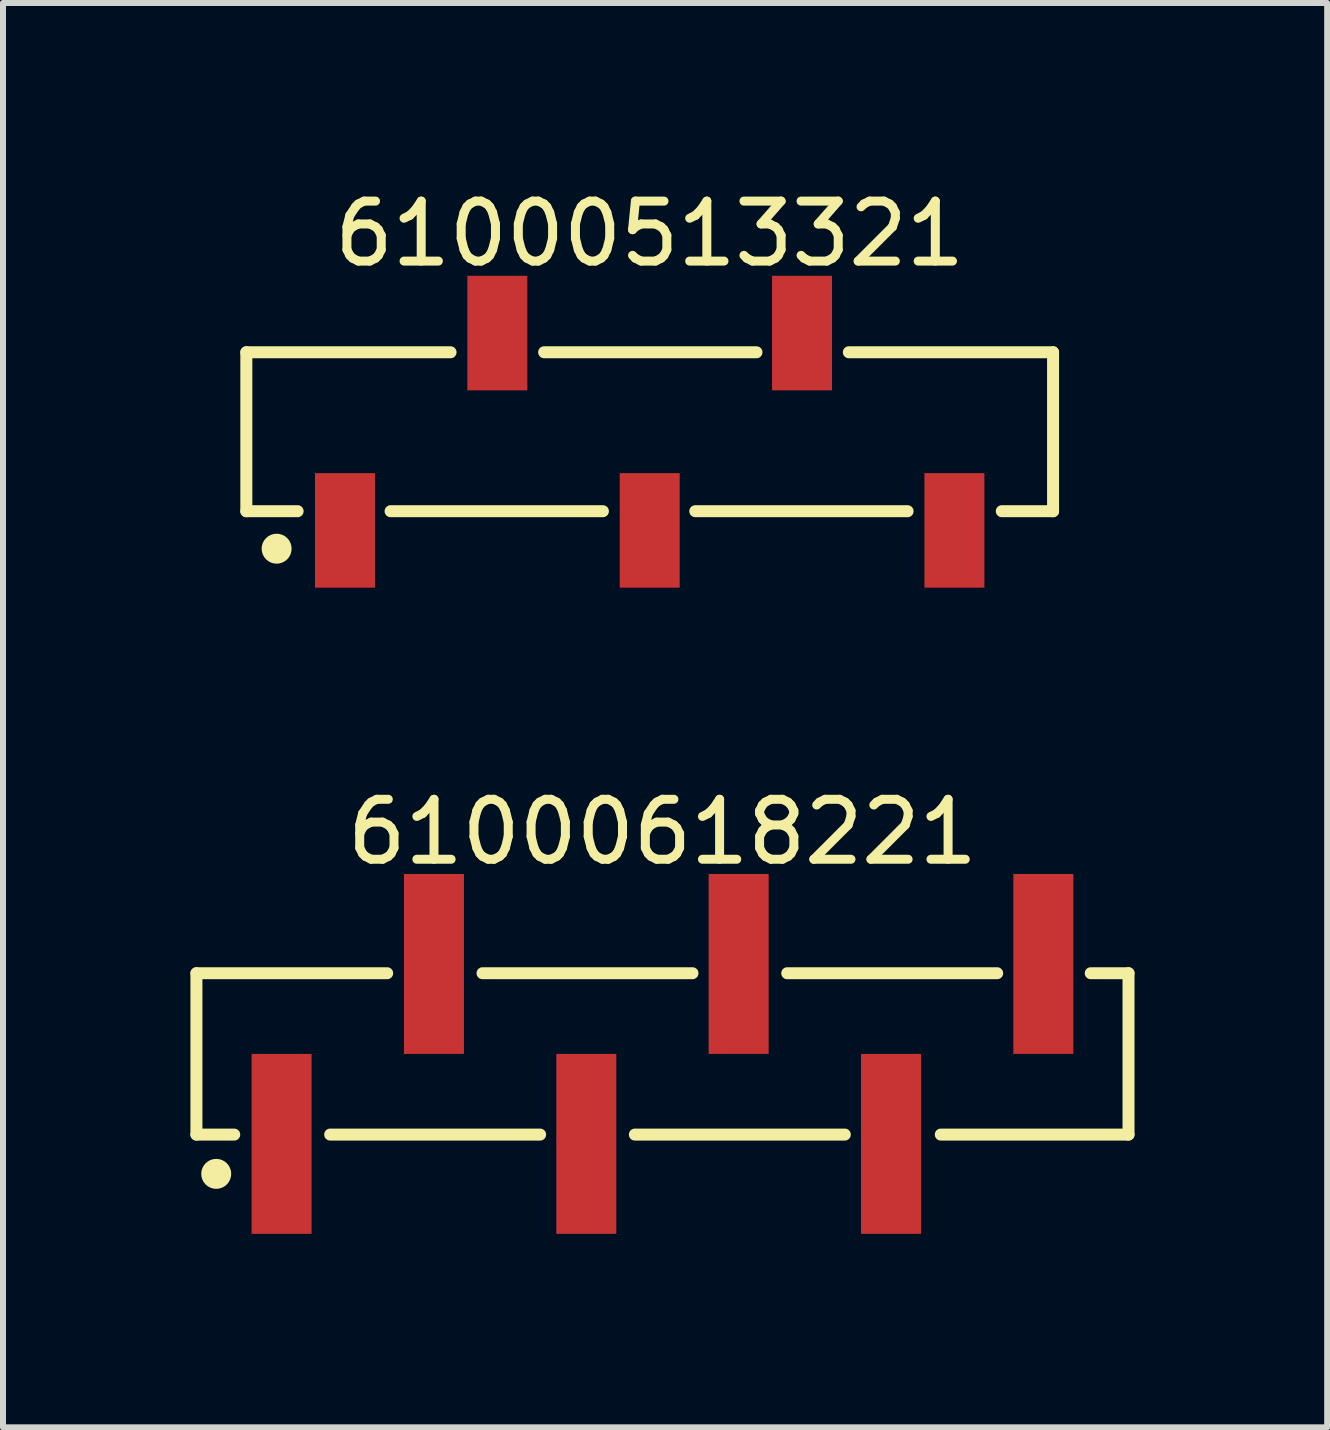
<source format=kicad_pcb>
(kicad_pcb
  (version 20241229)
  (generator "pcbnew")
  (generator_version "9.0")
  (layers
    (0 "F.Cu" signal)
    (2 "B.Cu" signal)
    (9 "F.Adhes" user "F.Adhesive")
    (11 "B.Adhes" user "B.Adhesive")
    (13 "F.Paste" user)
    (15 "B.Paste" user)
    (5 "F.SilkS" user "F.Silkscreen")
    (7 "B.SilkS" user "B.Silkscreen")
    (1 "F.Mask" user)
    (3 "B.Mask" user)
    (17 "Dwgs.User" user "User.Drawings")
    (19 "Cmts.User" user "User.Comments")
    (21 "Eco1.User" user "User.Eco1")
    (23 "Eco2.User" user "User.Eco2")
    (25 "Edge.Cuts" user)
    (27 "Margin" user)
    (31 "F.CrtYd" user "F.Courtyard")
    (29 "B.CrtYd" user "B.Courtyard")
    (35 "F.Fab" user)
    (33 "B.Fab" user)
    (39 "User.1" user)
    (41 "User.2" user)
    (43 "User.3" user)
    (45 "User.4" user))
  (footprint "61000618221"
    (layer "F.Cu")
    (at 7.995 14.521)
    (property "Reference" "61000618221" (at 0 -3.7 0) (layer "F.SilkS") (effects (font (size 1 1) (thickness 0.15))))
    (fp_line (start -7.77 -1.345) (end -4.59 -1.345) (stroke (width 0.2) (type solid)) (layer "F.SilkS"))
    (fp_line (start -7.77 1.345) (end -7.77 -1.345) (stroke (width 0.2) (type solid)) (layer "F.SilkS"))
    (fp_line (start -7.77 1.345) (end -7.14 1.345) (stroke (width 0.2) (type solid)) (layer "F.SilkS"))
    (fp_line (start -5.54 1.345) (end -2.04 1.345) (stroke (width 0.2) (type solid)) (layer "F.SilkS"))
    (fp_line (start -3 -1.345) (end 0.5 -1.345) (stroke (width 0.2) (type solid)) (layer "F.SilkS"))
    (fp_line (start -0.46 1.345) (end 3.04 1.345) (stroke (width 0.2) (type solid)) (layer "F.SilkS"))
    (fp_line (start 2.08 -1.345) (end 5.58 -1.345) (stroke (width 0.2) (type solid)) (layer "F.SilkS"))
    (fp_line (start 4.64 1.345) (end 7.77 1.345) (stroke (width 0.2) (type solid)) (layer "F.SilkS"))
    (fp_line (start 7.14 -1.345) (end 7.77 -1.345) (stroke (width 0.2) (type solid)) (layer "F.SilkS"))
    (fp_line (start 7.77 1.345) (end 7.77 -1.345) (stroke (width 0.2) (type solid)) (layer "F.SilkS"))
    (fp_circle (center -7.44 2) (end -7.44 1.875) (stroke (width 0.25) (type solid)) (fill no) (layer "F.SilkS"))
    (fp_line (start -7.97 -3.2) (end 7.97 -3.2) (stroke (width 0.05) (type solid)) (layer "Eco2.User"))
    (fp_line (start -7.97 3.2) (end -7.97 -3.2) (stroke (width 0.05) (type solid)) (layer "Eco2.User"))
    (fp_line (start -7.97 3.2) (end 7.97 3.2) (stroke (width 0.05) (type solid)) (layer "Eco2.User"))
    (fp_line (start -7.62 -1.27) (end 7.62 -1.27) (stroke (width 0.1) (type solid)) (layer "Eco2.User"))
    (fp_line (start -7.62 1.27) (end -7.62 -1.27) (stroke (width 0.1) (type solid)) (layer "Eco2.User"))
    (fp_line (start -7.62 1.27) (end 7.62 1.27) (stroke (width 0.1) (type solid)) (layer "Eco2.User"))
    (fp_line (start -6.67 2.5) (end -6.67 1.27) (stroke (width 0.1) (type solid)) (layer "Eco2.User"))
    (fp_line (start -6.67 2.5) (end -6.03 2.5) (stroke (width 0.1) (type solid)) (layer "Eco2.User"))
    (fp_line (start -6.03 2.5) (end -6.03 1.27) (stroke (width 0.1) (type solid)) (layer "Eco2.User"))
    (fp_line (start -4.13 -2.5) (end -3.49 -2.5) (stroke (width 0.1) (type solid)) (layer "Eco2.User"))
    (fp_line (start -4.13 -1.27) (end -4.13 -2.5) (stroke (width 0.1) (type solid)) (layer "Eco2.User"))
    (fp_line (start -3.49 -1.27) (end -3.49 -2.5) (stroke (width 0.1) (type solid)) (layer "Eco2.User"))
    (fp_line (start -1.59 2.5) (end -1.59 1.27) (stroke (width 0.1) (type solid)) (layer "Eco2.User"))
    (fp_line (start -1.59 2.5) (end -0.95 2.5) (stroke (width 0.1) (type solid)) (layer "Eco2.User"))
    (fp_line (start -0.95 2.5) (end -0.95 1.27) (stroke (width 0.1) (type solid)) (layer "Eco2.User"))
    (fp_line (start -0.5 0) (end 0.5 0) (stroke (width 0.05) (type solid)) (layer "Eco2.User"))
    (fp_line (start 0 0.5) (end 0 -0.5) (stroke (width 0.05) (type solid)) (layer "Eco2.User"))
    (fp_line (start 0.95 -2.5) (end 1.59 -2.5) (stroke (width 0.1) (type solid)) (layer "Eco2.User"))
    (fp_line (start 0.95 -1.27) (end 0.95 -2.5) (stroke (width 0.1) (type solid)) (layer "Eco2.User"))
    (fp_line (start 1.59 -1.27) (end 1.59 -2.5) (stroke (width 0.1) (type solid)) (layer "Eco2.User"))
    (fp_line (start 3.49 2.5) (end 3.49 1.27) (stroke (width 0.1) (type solid)) (layer "Eco2.User"))
    (fp_line (start 3.49 2.5) (end 4.13 2.5) (stroke (width 0.1) (type solid)) (layer "Eco2.User"))
    (fp_line (start 4.13 2.5) (end 4.13 1.27) (stroke (width 0.1) (type solid)) (layer "Eco2.User"))
    (fp_line (start 6.03 -2.5) (end 6.67 -2.5) (stroke (width 0.1) (type solid)) (layer "Eco2.User"))
    (fp_line (start 6.03 -1.27) (end 6.03 -2.5) (stroke (width 0.1) (type solid)) (layer "Eco2.User"))
    (fp_line (start 6.67 -1.27) (end 6.67 -2.5) (stroke (width 0.1) (type solid)) (layer "Eco2.User"))
    (fp_line (start 7.62 1.27) (end 7.62 -1.27) (stroke (width 0.1) (type solid)) (layer "Eco2.User"))
    (fp_line (start 7.97 3.2) (end 7.97 -3.2) (stroke (width 0.05) (type solid)) (layer "Eco2.User"))
    (fp_text user "${REFERENCE}" (at 0.15 -0.197 0) (unlocked yes) (layer "User.3") (effects (font (size 1.5 1.5) (thickness 0.15))))
    (pad "1" smd rect (at -6.35 1.5) (size 1 3) (layers "F.Cu" "F.Mask" "F.Paste"))
    (pad "2" smd rect (at -3.81 -1.5) (size 1 3) (layers "F.Cu" "F.Mask" "F.Paste"))
    (pad "3" smd rect (at -1.27 1.5) (size 1 3) (layers "F.Cu" "F.Mask" "F.Paste"))
    (pad "4" smd rect (at 1.27 -1.5) (size 1 3) (layers "F.Cu" "F.Mask" "F.Paste"))
    (pad "5" smd rect (at 3.81 1.5) (size 1 3) (layers "F.Cu" "F.Mask" "F.Paste"))
    (pad "6" smd rect (at 6.35 -1.5) (size 1 3) (layers "F.Cu" "F.Mask" "F.Paste")))
  (footprint "61000513321"
    (layer "F.Cu")
    (at 7.782 4.148)
    (property "Reference" "61000513321" (at 0 -3.3 0) (layer "F.SilkS") (effects (font (size 1 1) (thickness 0.15))))
    (fp_line (start -6.725 -1.325) (end -3.32 -1.325) (stroke (width 0.2) (type solid)) (layer "F.SilkS"))
    (fp_line (start -6.725 1.325) (end -6.725 -1.325) (stroke (width 0.2) (type solid)) (layer "F.SilkS"))
    (fp_line (start -6.725 1.325) (end -5.87 1.325) (stroke (width 0.2) (type solid)) (layer "F.SilkS"))
    (fp_line (start -4.32 1.325) (end -0.78 1.325) (stroke (width 0.2) (type solid)) (layer "F.SilkS"))
    (fp_line (start -1.76 -1.325) (end 1.78 -1.325) (stroke (width 0.2) (type solid)) (layer "F.SilkS"))
    (fp_line (start 0.76 1.325) (end 4.3 1.325) (stroke (width 0.2) (type solid)) (layer "F.SilkS"))
    (fp_line (start 3.32 -1.325) (end 6.725 -1.325) (stroke (width 0.2) (type solid)) (layer "F.SilkS"))
    (fp_line (start 5.87 1.325) (end 6.725 1.325) (stroke (width 0.2) (type solid)) (layer "F.SilkS"))
    (fp_line (start 6.725 1.325) (end 6.725 -1.325) (stroke (width 0.2) (type solid)) (layer "F.SilkS"))
    (fp_circle (center -6.22 1.95) (end -6.22 1.825) (stroke (width 0.25) (type solid)) (fill no) (layer "F.SilkS"))
    (fp_line (start -6.925 -2.8) (end 6.925 -2.8) (stroke (width 0.05) (type solid)) (layer "Eco2.User"))
    (fp_line (start -6.925 2.8) (end -6.925 -2.8) (stroke (width 0.05) (type solid)) (layer "Eco2.User"))
    (fp_line (start -6.925 2.8) (end 6.925 2.8) (stroke (width 0.05) (type solid)) (layer "Eco2.User"))
    (fp_line (start -6.6 -1.25) (end 6.6 -1.25) (stroke (width 0.1) (type solid)) (layer "Eco2.User"))
    (fp_line (start -6.6 1.25) (end -6.6 -1.25) (stroke (width 0.1) (type solid)) (layer "Eco2.User"))
    (fp_line (start -6.6 1.25) (end 6.6 1.25) (stroke (width 0.1) (type solid)) (layer "Eco2.User"))
    (fp_line (start -5.33 2.025) (end -5.33 1.25) (stroke (width 0.1) (type solid)) (layer "Eco2.User"))
    (fp_line (start -5.33 2.025) (end -4.83 2.025) (stroke (width 0.1) (type solid)) (layer "Eco2.User"))
    (fp_line (start -4.83 2.025) (end -4.83 1.25) (stroke (width 0.1) (type solid)) (layer "Eco2.User"))
    (fp_line (start -2.79 -2.025) (end -2.29 -2.025) (stroke (width 0.1) (type solid)) (layer "Eco2.User"))
    (fp_line (start -2.79 -1.25) (end -2.79 -2.025) (stroke (width 0.1) (type solid)) (layer "Eco2.User"))
    (fp_line (start -2.29 -1.25) (end -2.29 -2.025) (stroke (width 0.1) (type solid)) (layer "Eco2.User"))
    (fp_line (start -0.5 0) (end 0.5 0) (stroke (width 0.05) (type solid)) (layer "Eco2.User"))
    (fp_line (start -0.25 2.025) (end -0.25 1.25) (stroke (width 0.1) (type solid)) (layer "Eco2.User"))
    (fp_line (start -0.25 2.025) (end 0.25 2.025) (stroke (width 0.1) (type solid)) (layer "Eco2.User"))
    (fp_line (start 0 0.5) (end 0 -0.5) (stroke (width 0.05) (type solid)) (layer "Eco2.User"))
    (fp_line (start 0.25 2.025) (end 0.25 1.25) (stroke (width 0.1) (type solid)) (layer "Eco2.User"))
    (fp_line (start 2.29 -2.025) (end 2.79 -2.025) (stroke (width 0.1) (type solid)) (layer "Eco2.User"))
    (fp_line (start 2.29 -1.25) (end 2.29 -2.025) (stroke (width 0.1) (type solid)) (layer "Eco2.User"))
    (fp_line (start 2.79 -1.25) (end 2.79 -2.025) (stroke (width 0.1) (type solid)) (layer "Eco2.User"))
    (fp_line (start 4.83 2.025) (end 4.83 1.25) (stroke (width 0.1) (type solid)) (layer "Eco2.User"))
    (fp_line (start 4.83 2.025) (end 5.33 2.025) (stroke (width 0.1) (type solid)) (layer "Eco2.User"))
    (fp_line (start 5.33 2.025) (end 5.33 1.25) (stroke (width 0.1) (type solid)) (layer "Eco2.User"))
    (fp_line (start 6.6 1.25) (end 6.6 -1.25) (stroke (width 0.1) (type solid)) (layer "Eco2.User"))
    (fp_line (start 6.925 2.8) (end 6.925 -2.8) (stroke (width 0.05) (type solid)) (layer "Eco2.User"))
    (fp_text user "${REFERENCE}" (at 0.15 -0.197 0) (unlocked yes) (layer "User.3") (effects (font (size 1.5 1.5) (thickness 0.15))))
    (pad "1" smd rect (at -5.08 1.645 180) (size 1 1.91) (layers "F.Cu" "F.Mask" "F.Paste"))
    (pad "2" smd rect (at -2.54 -1.645 180) (size 1 1.91) (layers "F.Cu" "F.Mask" "F.Paste"))
    (pad "3" smd rect (at 0 1.645 180) (size 1 1.91) (layers "F.Cu" "F.Mask" "F.Paste"))
    (pad "4" smd rect (at 2.54 -1.645 180) (size 1 1.91) (layers "F.Cu" "F.Mask" "F.Paste"))
    (pad "5" smd rect (at 5.08 1.645 180) (size 1 1.91) (layers "F.Cu" "F.Mask" "F.Paste")))
  (gr_rect
    (start -3 -3)
    (end 19.077 20.747)
    (stroke (width 0.1) (type default))
    (fill no)
    (layer "Edge.Cuts")))
</source>
